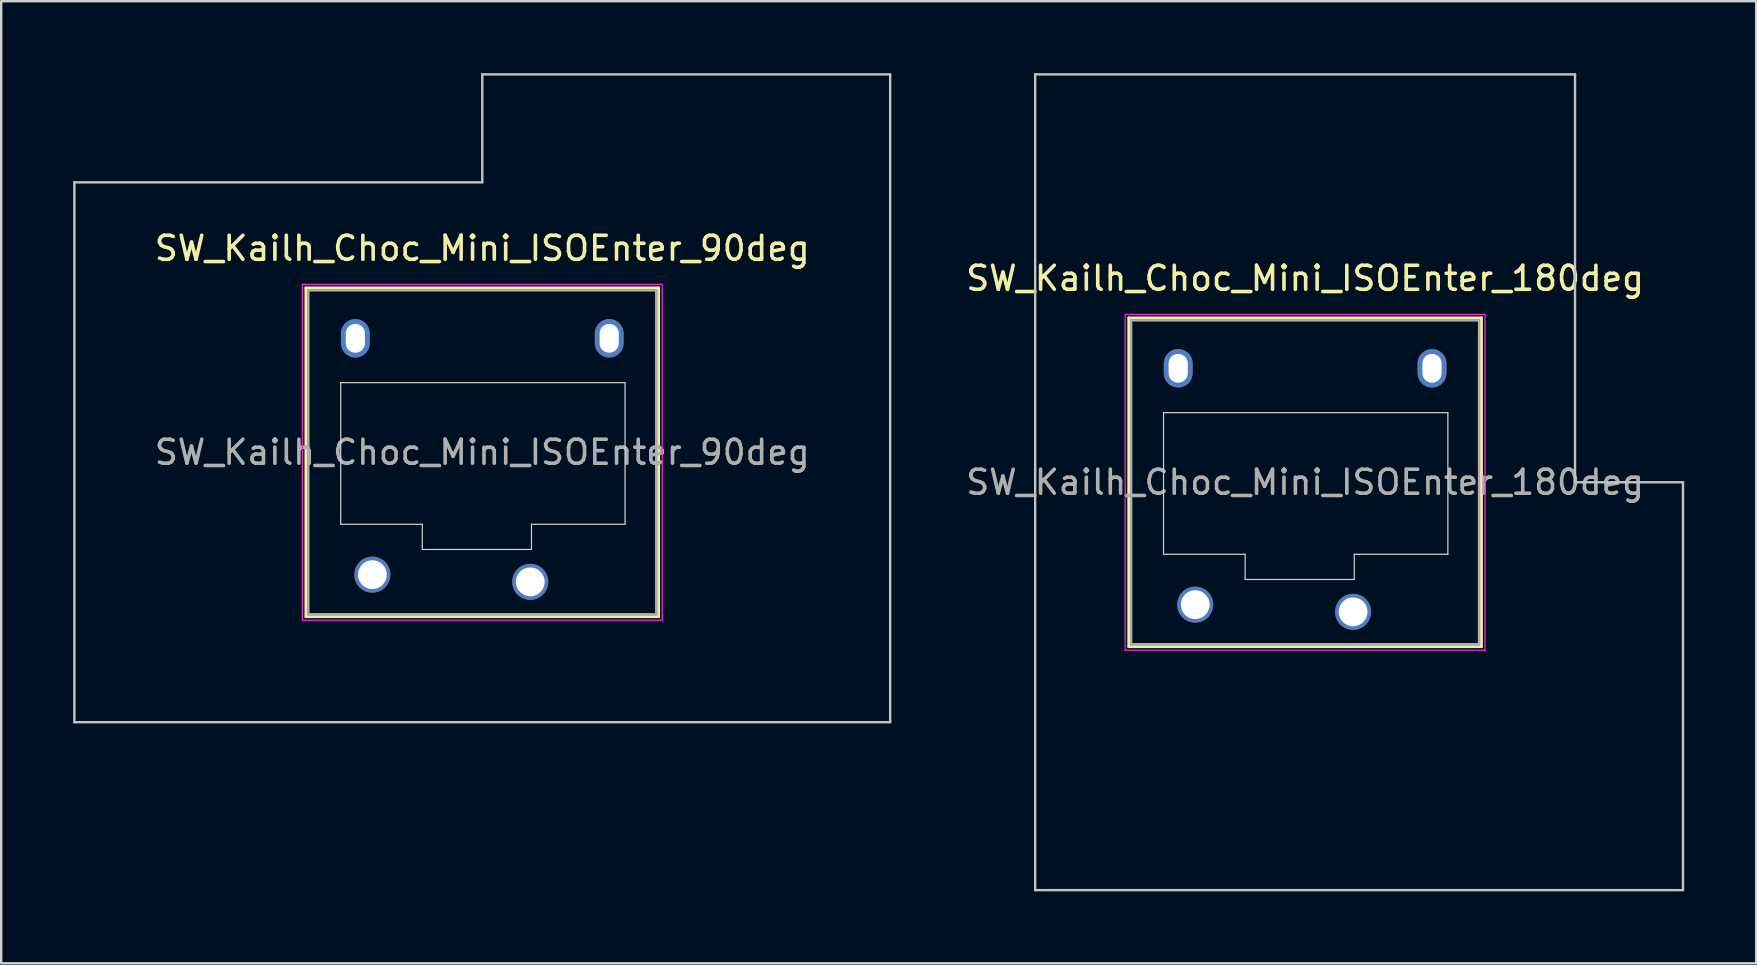
<source format=kicad_pcb>
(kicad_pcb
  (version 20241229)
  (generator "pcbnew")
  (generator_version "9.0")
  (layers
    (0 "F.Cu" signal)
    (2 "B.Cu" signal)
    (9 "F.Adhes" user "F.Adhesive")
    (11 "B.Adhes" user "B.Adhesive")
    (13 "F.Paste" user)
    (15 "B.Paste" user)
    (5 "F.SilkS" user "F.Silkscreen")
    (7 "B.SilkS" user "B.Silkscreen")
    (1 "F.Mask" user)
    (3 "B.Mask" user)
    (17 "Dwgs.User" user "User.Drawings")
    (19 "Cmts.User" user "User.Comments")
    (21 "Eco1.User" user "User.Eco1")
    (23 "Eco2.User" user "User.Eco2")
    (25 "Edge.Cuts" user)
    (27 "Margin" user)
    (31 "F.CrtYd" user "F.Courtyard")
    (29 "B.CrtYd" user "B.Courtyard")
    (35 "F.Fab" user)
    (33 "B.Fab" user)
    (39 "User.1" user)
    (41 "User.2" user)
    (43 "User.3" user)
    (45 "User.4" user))
  (footprint "SW_Kailh_Choc_Mini_ISOEnter_180deg"
    (layer "F.Cu")
    (at 51.344 17.05)
    (property "Reference" "SW_Kailh_Choc_Mini_ISOEnter_180deg" (at 0 -8.5 0) (layer "F.SilkS") (effects (font (size 1 1) (thickness 0.15))))
    (attr through_hole)
    (fp_line (start -7.35 -6.85) (end -7.35 6.85) (stroke (width 0.12) (type solid)) (layer "F.SilkS"))
    (fp_line (start -7.35 6.85) (end 7.35 6.85) (stroke (width 0.12) (type solid)) (layer "F.SilkS"))
    (fp_line (start 7.35 -6.85) (end -7.35 -6.85) (stroke (width 0.12) (type solid)) (layer "F.SilkS"))
    (fp_line (start 7.35 6.85) (end 7.35 -6.85) (stroke (width 0.12) (type solid)) (layer "F.SilkS"))
    (fp_line (start -11.25 -17) (end -11.25 17) (stroke (width 0.1) (type solid)) (layer "Dwgs.User"))
    (fp_line (start -11.25 17) (end 15.75 17) (stroke (width 0.1) (type solid)) (layer "Dwgs.User"))
    (fp_line (start 11.25 -17) (end -11.25 -17) (stroke (width 0.1) (type solid)) (layer "Dwgs.User"))
    (fp_line (start 11.25 0) (end 11.25 -17) (stroke (width 0.1) (type solid)) (layer "Dwgs.User"))
    (fp_line (start 15.75 0) (end 11.25 0) (stroke (width 0.1) (type solid)) (layer "Dwgs.User"))
    (fp_line (start 15.75 17) (end 15.75 0) (stroke (width 0.1) (type solid)) (layer "Dwgs.User"))
    (fp_line (start -6.85 -6.35) (end -6.85 6.35) (stroke (width 0.1) (type solid)) (layer "Eco1.User"))
    (fp_line (start -6.85 6.35) (end 6.85 6.35) (stroke (width 0.1) (type solid)) (layer "Eco1.User"))
    (fp_line (start 6.85 -6.35) (end -6.85 -6.35) (stroke (width 0.1) (type solid)) (layer "Eco1.User"))
    (fp_line (start 6.85 6.35) (end 6.85 -6.35) (stroke (width 0.1) (type solid)) (layer "Eco1.User"))
    (fp_line (start -5.9 -2.9) (end -5.9 3) (stroke (width 0.05) (type solid)) (layer "Edge.Cuts"))
    (fp_line (start -5.9 3) (end -2.5 3) (stroke (width 0.05) (type solid)) (layer "Edge.Cuts"))
    (fp_line (start -2.5 3) (end -2.5 4.05) (stroke (width 0.05) (type solid)) (layer "Edge.Cuts"))
    (fp_line (start -2.5 4.05) (end 2.05 4.05) (stroke (width 0.05) (type solid)) (layer "Edge.Cuts"))
    (fp_line (start 2.05 3) (end 5.95 3) (stroke (width 0.05) (type solid)) (layer "Edge.Cuts"))
    (fp_line (start 2.05 4.05) (end 2.05 3) (stroke (width 0.05) (type solid)) (layer "Edge.Cuts"))
    (fp_line (start 5.95 -2.9) (end -5.9 -2.9) (stroke (width 0.05) (type solid)) (layer "Edge.Cuts"))
    (fp_line (start 5.95 3) (end 5.95 -2.9) (stroke (width 0.05) (type solid)) (layer "Edge.Cuts"))
    (fp_line (start -7.5 -7) (end -7.5 7) (stroke (width 0.05) (type solid)) (layer "F.CrtYd"))
    (fp_line (start -7.5 7) (end 7.5 7) (stroke (width 0.05) (type solid)) (layer "F.CrtYd"))
    (fp_line (start 7.5 -7) (end -7.5 -7) (stroke (width 0.05) (type solid)) (layer "F.CrtYd"))
    (fp_line (start 7.5 7) (end 7.5 -7) (stroke (width 0.05) (type solid)) (layer "F.CrtYd"))
    (fp_line (start -7.25 -6.75) (end -7.25 6.75) (stroke (width 0.1) (type solid)) (layer "F.Fab"))
    (fp_line (start -7.25 6.75) (end 7.25 6.75) (stroke (width 0.1) (type solid)) (layer "F.Fab"))
    (fp_line (start 7.25 -6.75) (end -7.25 -6.75) (stroke (width 0.1) (type solid)) (layer "F.Fab"))
    (fp_line (start 7.25 6.75) (end 7.25 -6.75) (stroke (width 0.1) (type solid)) (layer "F.Fab"))
    (fp_text user "${REFERENCE}" (at 0 0 0) (layer "F.Fab") (effects (font (size 1 1) (thickness 0.15))))
    (pad "" np_thru_hole oval (at -5.29 -4.75) (size 1.2 1.6) (drill oval 0.8 1.2) (layers "*.Cu" "*.Mask"))
    (pad "" smd circle (at -4.58 5.1) (size 1.25 1.25) (layers "F.Mask"))
    (pad "" smd circle (at 2 5.4) (size 1.25 1.25) (layers "F.Mask"))
    (pad "" np_thru_hole oval (at 5.29 -4.75) (size 1.2 1.6) (drill oval 0.8 1.2) (layers "*.Cu" "*.Mask"))
    (pad "1" thru_hole circle (at 2 5.4) (size 1.5 1.5) (drill 1.2) (layers "*.Cu" "B.Mask"))
    (pad "2" thru_hole circle (at -4.58 5.1) (size 1.5 1.5) (drill 1.2) (layers "*.Cu" "B.Mask")))
  (footprint "SW_Kailh_Choc_Mini_ISOEnter_90deg"
    (layer "F.Cu")
    (at 17.05 15.8)
    (property "Reference" "SW_Kailh_Choc_Mini_ISOEnter_90deg" (at 0 -8.5 0) (layer "F.SilkS") (effects (font (size 1 1) (thickness 0.15))))
    (attr through_hole)
    (fp_line (start -7.35 -6.85) (end -7.35 6.85) (stroke (width 0.12) (type solid)) (layer "F.SilkS"))
    (fp_line (start -7.35 6.85) (end 7.35 6.85) (stroke (width 0.12) (type solid)) (layer "F.SilkS"))
    (fp_line (start 7.35 -6.85) (end -7.35 -6.85) (stroke (width 0.12) (type solid)) (layer "F.SilkS"))
    (fp_line (start 7.35 6.85) (end 7.35 -6.85) (stroke (width 0.12) (type solid)) (layer "F.SilkS"))
    (fp_line (start -17 -11.25) (end -17 11.25) (stroke (width 0.1) (type solid)) (layer "Dwgs.User"))
    (fp_line (start -17 11.25) (end 17 11.25) (stroke (width 0.1) (type solid)) (layer "Dwgs.User"))
    (fp_line (start 0 -15.75) (end 0 -11.25) (stroke (width 0.1) (type solid)) (layer "Dwgs.User"))
    (fp_line (start 0 -11.25) (end -17 -11.25) (stroke (width 0.1) (type solid)) (layer "Dwgs.User"))
    (fp_line (start 17 -15.75) (end 0 -15.75) (stroke (width 0.1) (type solid)) (layer "Dwgs.User"))
    (fp_line (start 17 11.25) (end 17 -15.75) (stroke (width 0.1) (type solid)) (layer "Dwgs.User"))
    (fp_line (start -6.85 -6.35) (end -6.85 6.35) (stroke (width 0.1) (type solid)) (layer "Eco1.User"))
    (fp_line (start -6.85 6.35) (end 6.85 6.35) (stroke (width 0.1) (type solid)) (layer "Eco1.User"))
    (fp_line (start 6.85 -6.35) (end -6.85 -6.35) (stroke (width 0.1) (type solid)) (layer "Eco1.User"))
    (fp_line (start 6.85 6.35) (end 6.85 -6.35) (stroke (width 0.1) (type solid)) (layer "Eco1.User"))
    (fp_line (start -5.9 -2.9) (end -5.9 3) (stroke (width 0.05) (type solid)) (layer "Edge.Cuts"))
    (fp_line (start -5.9 3) (end -2.5 3) (stroke (width 0.05) (type solid)) (layer "Edge.Cuts"))
    (fp_line (start -2.5 3) (end -2.5 4.05) (stroke (width 0.05) (type solid)) (layer "Edge.Cuts"))
    (fp_line (start -2.5 4.05) (end 2.05 4.05) (stroke (width 0.05) (type solid)) (layer "Edge.Cuts"))
    (fp_line (start 2.05 3) (end 5.95 3) (stroke (width 0.05) (type solid)) (layer "Edge.Cuts"))
    (fp_line (start 2.05 4.05) (end 2.05 3) (stroke (width 0.05) (type solid)) (layer "Edge.Cuts"))
    (fp_line (start 5.95 -2.9) (end -5.9 -2.9) (stroke (width 0.05) (type solid)) (layer "Edge.Cuts"))
    (fp_line (start 5.95 3) (end 5.95 -2.9) (stroke (width 0.05) (type solid)) (layer "Edge.Cuts"))
    (fp_line (start -7.5 -7) (end -7.5 7) (stroke (width 0.05) (type solid)) (layer "F.CrtYd"))
    (fp_line (start -7.5 7) (end 7.5 7) (stroke (width 0.05) (type solid)) (layer "F.CrtYd"))
    (fp_line (start 7.5 -7) (end -7.5 -7) (stroke (width 0.05) (type solid)) (layer "F.CrtYd"))
    (fp_line (start 7.5 7) (end 7.5 -7) (stroke (width 0.05) (type solid)) (layer "F.CrtYd"))
    (fp_line (start -7.25 -6.75) (end -7.25 6.75) (stroke (width 0.1) (type solid)) (layer "F.Fab"))
    (fp_line (start -7.25 6.75) (end 7.25 6.75) (stroke (width 0.1) (type solid)) (layer "F.Fab"))
    (fp_line (start 7.25 -6.75) (end -7.25 -6.75) (stroke (width 0.1) (type solid)) (layer "F.Fab"))
    (fp_line (start 7.25 6.75) (end 7.25 -6.75) (stroke (width 0.1) (type solid)) (layer "F.Fab"))
    (fp_text user "${REFERENCE}" (at 0 0 0) (layer "F.Fab") (effects (font (size 1 1) (thickness 0.15))))
    (pad "" np_thru_hole oval (at -5.29 -4.75) (size 1.2 1.6) (drill oval 0.8 1.2) (layers "*.Cu" "*.Mask"))
    (pad "" smd circle (at -4.58 5.1) (size 1.25 1.25) (layers "F.Mask"))
    (pad "" smd circle (at 2 5.4) (size 1.25 1.25) (layers "F.Mask"))
    (pad "" np_thru_hole oval (at 5.29 -4.75) (size 1.2 1.6) (drill oval 0.8 1.2) (layers "*.Cu" "*.Mask"))
    (pad "1" thru_hole circle (at 2 5.4) (size 1.5 1.5) (drill 1.2) (layers "*.Cu" "B.Mask"))
    (pad "2" thru_hole circle (at -4.58 5.1) (size 1.5 1.5) (drill 1.2) (layers "*.Cu" "B.Mask")))
  (gr_rect
    (start -3 -3)
    (end 70.144 37.1)
    (stroke (width 0.1) (type default))
    (fill no)
    (layer "Edge.Cuts")))
</source>
